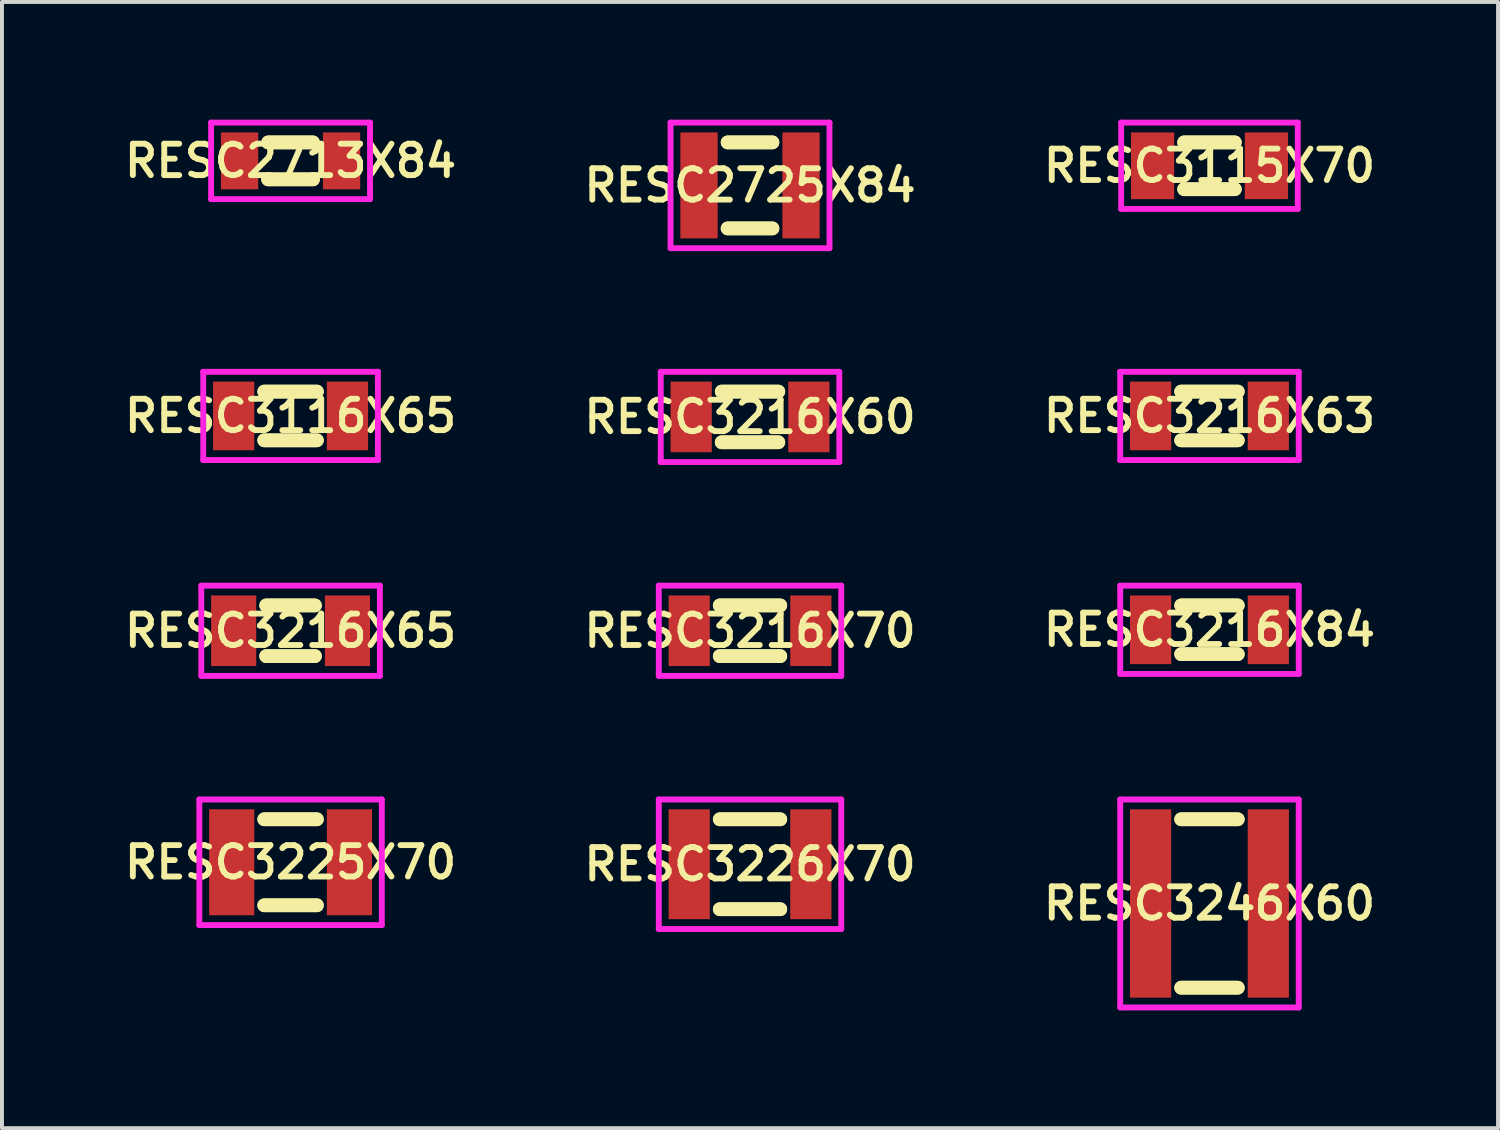
<source format=kicad_pcb>
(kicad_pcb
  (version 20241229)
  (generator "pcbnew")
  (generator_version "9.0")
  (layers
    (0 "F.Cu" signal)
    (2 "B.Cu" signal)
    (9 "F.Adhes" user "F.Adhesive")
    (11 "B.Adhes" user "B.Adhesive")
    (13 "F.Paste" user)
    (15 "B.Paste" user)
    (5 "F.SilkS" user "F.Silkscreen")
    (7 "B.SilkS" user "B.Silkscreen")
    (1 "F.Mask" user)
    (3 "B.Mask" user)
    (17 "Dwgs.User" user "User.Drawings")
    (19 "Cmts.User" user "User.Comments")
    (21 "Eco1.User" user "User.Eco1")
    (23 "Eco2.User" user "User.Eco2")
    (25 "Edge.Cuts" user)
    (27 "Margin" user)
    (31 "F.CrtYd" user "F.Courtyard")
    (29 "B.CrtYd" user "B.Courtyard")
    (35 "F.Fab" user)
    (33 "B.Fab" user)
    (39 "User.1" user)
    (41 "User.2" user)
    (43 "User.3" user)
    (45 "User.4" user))
  (footprint "RESC3216X84"
    (layer "F.Cu")
    (at 27.773 13)
    (property "Reference" "RESC3216X84" (at 0 0 0) (layer "F.SilkS") (effects (font (size 0.8 0.8) (thickness 0.15))))
    (attr through_hole)
    (fp_line (start -0.721 -0.621) (end 0.721 -0.621) (stroke (width 0.35) (type solid)) (layer "F.SilkS"))
    (fp_line (start -0.721 0.621) (end 0.721 0.621) (stroke (width 0.35) (type solid)) (layer "F.SilkS"))
    (fp_line (start 0.721 -0.621) (end -0.721 -0.621) (stroke (width 0.35) (type solid)) (layer "F.SilkS"))
    (fp_line (start 0.721 0.621) (end -0.721 0.621) (stroke (width 0.35) (type solid)) (layer "F.SilkS"))
    (fp_line (start -2.275 -1.125) (end 2.275 -1.125) (stroke (width 0.15) (type solid)) (layer "F.CrtYd"))
    (fp_line (start -2.275 1.125) (end -2.275 -1.125) (stroke (width 0.15) (type solid)) (layer "F.CrtYd"))
    (fp_line (start 2.275 -1.125) (end 2.275 1.125) (stroke (width 0.15) (type solid)) (layer "F.CrtYd"))
    (fp_line (start 2.275 1.125) (end -2.275 1.125) (stroke (width 0.15) (type solid)) (layer "F.CrtYd"))
    (pad "1" smd rect (at -1.5 0) (size 1.05 1.75) (layers "F.Cu" "F.Mask" "F.Paste"))
    (pad "2" smd rect (at 1.5 0) (size 1.05 1.75) (layers "F.Cu" "F.Mask" "F.Paste")))
  (footprint "RESC3216X63"
    (layer "F.Cu")
    (at 27.773 7.55)
    (property "Reference" "RESC3216X63" (at 0 0 0) (layer "F.SilkS") (effects (font (size 0.8 0.8) (thickness 0.15))))
    (attr smd)
    (fp_line (start -0.721 -0.621) (end 0.721 -0.621) (stroke (width 0.35) (type solid)) (layer "F.SilkS"))
    (fp_line (start -0.721 0.621) (end 0.721 0.621) (stroke (width 0.35) (type solid)) (layer "F.SilkS"))
    (fp_line (start 0.721 -0.621) (end -0.721 -0.621) (stroke (width 0.35) (type solid)) (layer "F.SilkS"))
    (fp_line (start 0.721 0.621) (end -0.721 0.621) (stroke (width 0.35) (type solid)) (layer "F.SilkS"))
    (fp_line (start -2.275 -1.125) (end 2.275 -1.125) (stroke (width 0.15) (type solid)) (layer "F.CrtYd"))
    (fp_line (start -2.275 1.125) (end -2.275 -1.125) (stroke (width 0.15) (type solid)) (layer "F.CrtYd"))
    (fp_line (start 2.275 -1.125) (end 2.275 1.125) (stroke (width 0.15) (type solid)) (layer "F.CrtYd"))
    (fp_line (start 2.275 1.125) (end -2.275 1.125) (stroke (width 0.15) (type solid)) (layer "F.CrtYd"))
    (pad "1" smd rect (at -1.5 0) (size 1.05 1.75) (layers "F.Cu" "F.Mask" "F.Paste"))
    (pad "2" smd rect (at 1.5 0) (size 1.05 1.75) (layers "F.Cu" "F.Mask" "F.Paste")))
  (footprint "RESC3216X70"
    (layer "F.Cu")
    (at 16.064 13.025)
    (property "Reference" "RESC3216X70" (at 0 0 0) (layer "F.SilkS") (effects (font (size 0.8 0.8) (thickness 0.15))))
    (attr through_hole)
    (fp_line (start -0.771 -0.646) (end 0.771 -0.646) (stroke (width 0.35) (type solid)) (layer "F.SilkS"))
    (fp_line (start -0.771 0.646) (end 0.771 0.646) (stroke (width 0.35) (type solid)) (layer "F.SilkS"))
    (fp_line (start 0.771 -0.646) (end -0.771 -0.646) (stroke (width 0.35) (type solid)) (layer "F.SilkS"))
    (fp_line (start 0.771 0.646) (end -0.771 0.646) (stroke (width 0.35) (type solid)) (layer "F.SilkS"))
    (fp_line (start -2.325 -1.15) (end 2.325 -1.15) (stroke (width 0.15) (type solid)) (layer "F.CrtYd"))
    (fp_line (start -2.325 1.15) (end -2.325 -1.15) (stroke (width 0.15) (type solid)) (layer "F.CrtYd"))
    (fp_line (start 2.325 -1.15) (end 2.325 1.15) (stroke (width 0.15) (type solid)) (layer "F.CrtYd"))
    (fp_line (start 2.325 1.15) (end -2.325 1.15) (stroke (width 0.15) (type solid)) (layer "F.CrtYd"))
    (pad "1" smd rect (at -1.55 0) (size 1.05 1.8) (layers "F.Cu" "F.Mask" "F.Paste"))
    (pad "2" smd rect (at 1.55 0) (size 1.05 1.8) (layers "F.Cu" "F.Mask" "F.Paste")))
  (footprint "RESC3225X70"
    (layer "F.Cu")
    (at 4.355 18.925)
    (property "Reference" "RESC3225X70" (at 0 0 0) (layer "F.SilkS") (effects (font (size 0.8 0.8) (thickness 0.15))))
    (attr smd)
    (fp_line (start -0.671 -1.096) (end 0.671 -1.096) (stroke (width 0.35) (type solid)) (layer "F.SilkS"))
    (fp_line (start -0.671 1.096) (end 0.671 1.096) (stroke (width 0.35) (type solid)) (layer "F.SilkS"))
    (fp_line (start 0.671 -1.096) (end -0.671 -1.096) (stroke (width 0.35) (type solid)) (layer "F.SilkS"))
    (fp_line (start 0.671 1.096) (end -0.671 1.096) (stroke (width 0.35) (type solid)) (layer "F.SilkS"))
    (fp_line (start -2.325 -1.6) (end 2.325 -1.6) (stroke (width 0.15) (type solid)) (layer "F.CrtYd"))
    (fp_line (start -2.325 1.6) (end -2.325 -1.6) (stroke (width 0.15) (type solid)) (layer "F.CrtYd"))
    (fp_line (start 2.325 -1.6) (end 2.325 1.6) (stroke (width 0.15) (type solid)) (layer "F.CrtYd"))
    (fp_line (start 2.325 1.6) (end -2.325 1.6) (stroke (width 0.15) (type solid)) (layer "F.CrtYd"))
    (pad "1" smd rect (at -1.5 0) (size 1.15 2.7) (layers "F.Cu" "F.Mask" "F.Paste"))
    (pad "2" smd rect (at 1.5 0) (size 1.15 2.7) (layers "F.Cu" "F.Mask" "F.Paste")))
  (footprint "RESC3115X70"
    (layer "F.Cu")
    (at 27.773 1.175)
    (property "Reference" "RESC3115X70" (at 0 0 0) (layer "F.SilkS") (effects (font (size 0.8 0.8) (thickness 0.15))))
    (attr through_hole)
    (fp_line (start -0.646 -0.596) (end 0.646 -0.596) (stroke (width 0.35) (type solid)) (layer "F.SilkS"))
    (fp_line (start -0.646 0.596) (end 0.646 0.596) (stroke (width 0.35) (type solid)) (layer "F.SilkS"))
    (fp_line (start 0.646 -0.596) (end -0.646 -0.596) (stroke (width 0.35) (type solid)) (layer "F.SilkS"))
    (fp_line (start 0.646 0.596) (end -0.646 0.596) (stroke (width 0.35) (type solid)) (layer "F.SilkS"))
    (fp_line (start -2.25 -1.1) (end 2.25 -1.1) (stroke (width 0.15) (type solid)) (layer "F.CrtYd"))
    (fp_line (start -2.25 1.1) (end -2.25 -1.1) (stroke (width 0.15) (type solid)) (layer "F.CrtYd"))
    (fp_line (start 2.25 -1.1) (end 2.25 1.1) (stroke (width 0.15) (type solid)) (layer "F.CrtYd"))
    (fp_line (start 2.25 1.1) (end -2.25 1.1) (stroke (width 0.15) (type solid)) (layer "F.CrtYd"))
    (pad "1" smd rect (at -1.45 0) (size 1.1 1.7) (layers "F.Cu" "F.Mask" "F.Paste"))
    (pad "2" smd rect (at 1.45 0) (size 1.1 1.7) (layers "F.Cu" "F.Mask" "F.Paste")))
  (footprint "RESC2725X84"
    (layer "F.Cu")
    (at 16.064 1.675)
    (property "Reference" "RESC2725X84" (at 0 0 0) (layer "F.SilkS") (effects (font (size 0.8 0.8) (thickness 0.15))))
    (attr smd)
    (fp_line (start -0.571 -1.096) (end 0.571 -1.096) (stroke (width 0.35) (type solid)) (layer "F.SilkS"))
    (fp_line (start -0.571 1.096) (end 0.571 1.096) (stroke (width 0.35) (type solid)) (layer "F.SilkS"))
    (fp_line (start 0.571 -1.096) (end -0.571 -1.096) (stroke (width 0.35) (type solid)) (layer "F.SilkS"))
    (fp_line (start 0.571 1.096) (end -0.571 1.096) (stroke (width 0.35) (type solid)) (layer "F.SilkS"))
    (fp_line (start -2.025 -1.6) (end 2.025 -1.6) (stroke (width 0.15) (type solid)) (layer "F.CrtYd"))
    (fp_line (start -2.025 1.6) (end -2.025 -1.6) (stroke (width 0.15) (type solid)) (layer "F.CrtYd"))
    (fp_line (start 2.025 -1.6) (end 2.025 1.6) (stroke (width 0.15) (type solid)) (layer "F.CrtYd"))
    (fp_line (start 2.025 1.6) (end -2.025 1.6) (stroke (width 0.15) (type solid)) (layer "F.CrtYd"))
    (pad "1" smd rect (at -1.3 0) (size 0.95 2.7) (layers "F.Cu" "F.Mask" "F.Paste"))
    (pad "2" smd rect (at 1.3 0) (size 0.95 2.7) (layers "F.Cu" "F.Mask" "F.Paste")))
  (footprint "RESC2713X84"
    (layer "F.Cu")
    (at 4.355 1.05)
    (property "Reference" "RESC2713X84" (at 0 0 0) (layer "F.SilkS") (effects (font (size 0.8 0.8) (thickness 0.15))))
    (attr smd)
    (fp_line (start -0.571 -0.471) (end 0.571 -0.471) (stroke (width 0.35) (type solid)) (layer "F.SilkS"))
    (fp_line (start -0.571 0.471) (end 0.571 0.471) (stroke (width 0.35) (type solid)) (layer "F.SilkS"))
    (fp_line (start 0.571 -0.471) (end -0.571 -0.471) (stroke (width 0.35) (type solid)) (layer "F.SilkS"))
    (fp_line (start 0.571 0.471) (end -0.571 0.471) (stroke (width 0.35) (type solid)) (layer "F.SilkS"))
    (fp_line (start -2.025 -0.975) (end 2.025 -0.975) (stroke (width 0.15) (type solid)) (layer "F.CrtYd"))
    (fp_line (start -2.025 0.975) (end -2.025 -0.975) (stroke (width 0.15) (type solid)) (layer "F.CrtYd"))
    (fp_line (start 2.025 -0.975) (end 2.025 0.975) (stroke (width 0.15) (type solid)) (layer "F.CrtYd"))
    (fp_line (start 2.025 0.975) (end -2.025 0.975) (stroke (width 0.15) (type solid)) (layer "F.CrtYd"))
    (pad "1" smd rect (at -1.3 0) (size 0.95 1.45) (layers "F.Cu" "F.Mask" "F.Paste"))
    (pad "2" smd rect (at 1.3 0) (size 0.95 1.45) (layers "F.Cu" "F.Mask" "F.Paste")))
  (footprint "RESC3246X60"
    (layer "F.Cu")
    (at 27.773 19.975)
    (property "Reference" "RESC3246X60" (at 0 0 0) (layer "F.SilkS") (effects (font (size 0.8 0.8) (thickness 0.15))))
    (attr through_hole)
    (fp_line (start -0.721 -2.146) (end 0.721 -2.146) (stroke (width 0.35) (type solid)) (layer "F.SilkS"))
    (fp_line (start -0.721 2.146) (end 0.721 2.146) (stroke (width 0.35) (type solid)) (layer "F.SilkS"))
    (fp_line (start 0.721 -2.146) (end -0.721 -2.146) (stroke (width 0.35) (type solid)) (layer "F.SilkS"))
    (fp_line (start 0.721 2.146) (end -0.721 2.146) (stroke (width 0.35) (type solid)) (layer "F.SilkS"))
    (fp_line (start -2.275 -2.65) (end 2.275 -2.65) (stroke (width 0.15) (type solid)) (layer "F.CrtYd"))
    (fp_line (start -2.275 2.65) (end -2.275 -2.65) (stroke (width 0.15) (type solid)) (layer "F.CrtYd"))
    (fp_line (start 2.275 -2.65) (end 2.275 2.65) (stroke (width 0.15) (type solid)) (layer "F.CrtYd"))
    (fp_line (start 2.275 2.65) (end -2.275 2.65) (stroke (width 0.15) (type solid)) (layer "F.CrtYd"))
    (pad "1" smd rect (at -1.5 0) (size 1.05 4.8) (layers "F.Cu" "F.Mask" "F.Paste"))
    (pad "2" smd rect (at 1.5 0) (size 1.05 4.8) (layers "F.Cu" "F.Mask" "F.Paste")))
  (footprint "RESC3216X65"
    (layer "F.Cu")
    (at 4.355 13.025)
    (property "Reference" "RESC3216X65" (at 0 0 0) (layer "F.SilkS") (effects (font (size 0.8 0.8) (thickness 0.15))))
    (attr through_hole)
    (fp_line (start -0.621 -0.646) (end 0.621 -0.646) (stroke (width 0.35) (type solid)) (layer "F.SilkS"))
    (fp_line (start -0.621 0.646) (end 0.621 0.646) (stroke (width 0.35) (type solid)) (layer "F.SilkS"))
    (fp_line (start 0.621 -0.646) (end -0.621 -0.646) (stroke (width 0.35) (type solid)) (layer "F.SilkS"))
    (fp_line (start 0.621 0.646) (end -0.621 0.646) (stroke (width 0.35) (type solid)) (layer "F.SilkS"))
    (fp_line (start -2.275 -1.15) (end 2.275 -1.15) (stroke (width 0.15) (type solid)) (layer "F.CrtYd"))
    (fp_line (start -2.275 1.15) (end -2.275 -1.15) (stroke (width 0.15) (type solid)) (layer "F.CrtYd"))
    (fp_line (start 2.275 -1.15) (end 2.275 1.15) (stroke (width 0.15) (type solid)) (layer "F.CrtYd"))
    (fp_line (start 2.275 1.15) (end -2.275 1.15) (stroke (width 0.15) (type solid)) (layer "F.CrtYd"))
    (pad "1" smd rect (at -1.45 0) (size 1.15 1.8) (layers "F.Cu" "F.Mask" "F.Paste"))
    (pad "2" smd rect (at 1.45 0) (size 1.15 1.8) (layers "F.Cu" "F.Mask" "F.Paste")))
  (footprint "RESC3116X65"
    (layer "F.Cu")
    (at 4.355 7.55)
    (property "Reference" "RESC3116X65" (at 0 0 0) (layer "F.SilkS") (effects (font (size 0.8 0.8) (thickness 0.15))))
    (attr through_hole)
    (fp_line (start -0.671 -0.621) (end 0.671 -0.621) (stroke (width 0.35) (type solid)) (layer "F.SilkS"))
    (fp_line (start -0.671 0.621) (end 0.671 0.621) (stroke (width 0.35) (type solid)) (layer "F.SilkS"))
    (fp_line (start 0.671 -0.621) (end -0.671 -0.621) (stroke (width 0.35) (type solid)) (layer "F.SilkS"))
    (fp_line (start 0.671 0.621) (end -0.671 0.621) (stroke (width 0.35) (type solid)) (layer "F.SilkS"))
    (fp_line (start -2.225 -1.125) (end 2.225 -1.125) (stroke (width 0.15) (type solid)) (layer "F.CrtYd"))
    (fp_line (start -2.225 1.125) (end -2.225 -1.125) (stroke (width 0.15) (type solid)) (layer "F.CrtYd"))
    (fp_line (start 2.225 -1.125) (end 2.225 1.125) (stroke (width 0.15) (type solid)) (layer "F.CrtYd"))
    (fp_line (start 2.225 1.125) (end -2.225 1.125) (stroke (width 0.15) (type solid)) (layer "F.CrtYd"))
    (pad "1" smd rect (at -1.45 0) (size 1.05 1.75) (layers "F.Cu" "F.Mask" "F.Paste"))
    (pad "2" smd rect (at 1.45 0) (size 1.05 1.75) (layers "F.Cu" "F.Mask" "F.Paste")))
  (footprint "RESC3226X70"
    (layer "F.Cu")
    (at 16.064 18.975)
    (property "Reference" "RESC3226X70" (at 0 0 0) (layer "F.SilkS") (effects (font (size 0.8 0.8) (thickness 0.15))))
    (attr through_hole)
    (fp_line (start -0.771 -1.146) (end 0.771 -1.146) (stroke (width 0.35) (type solid)) (layer "F.SilkS"))
    (fp_line (start -0.771 1.146) (end 0.771 1.146) (stroke (width 0.35) (type solid)) (layer "F.SilkS"))
    (fp_line (start 0.771 -1.146) (end -0.771 -1.146) (stroke (width 0.35) (type solid)) (layer "F.SilkS"))
    (fp_line (start 0.771 1.146) (end -0.771 1.146) (stroke (width 0.35) (type solid)) (layer "F.SilkS"))
    (fp_line (start -2.325 -1.65) (end 2.325 -1.65) (stroke (width 0.15) (type solid)) (layer "F.CrtYd"))
    (fp_line (start -2.325 1.65) (end -2.325 -1.65) (stroke (width 0.15) (type solid)) (layer "F.CrtYd"))
    (fp_line (start 2.325 -1.65) (end 2.325 1.65) (stroke (width 0.15) (type solid)) (layer "F.CrtYd"))
    (fp_line (start 2.325 1.65) (end -2.325 1.65) (stroke (width 0.15) (type solid)) (layer "F.CrtYd"))
    (pad "1" smd rect (at -1.55 0) (size 1.05 2.8) (layers "F.Cu" "F.Mask" "F.Paste"))
    (pad "2" smd rect (at 1.55 0) (size 1.05 2.8) (layers "F.Cu" "F.Mask" "F.Paste")))
  (footprint "RESC3216X60"
    (layer "F.Cu")
    (at 16.064 7.575)
    (property "Reference" "RESC3216X60" (at 0 0 0) (layer "F.SilkS") (effects (font (size 0.8 0.8) (thickness 0.15))))
    (attr smd)
    (fp_line (start -0.721 -0.646) (end 0.721 -0.646) (stroke (width 0.35) (type solid)) (layer "F.SilkS"))
    (fp_line (start -0.721 0.646) (end 0.721 0.646) (stroke (width 0.35) (type solid)) (layer "F.SilkS"))
    (fp_line (start 0.721 -0.646) (end -0.721 -0.646) (stroke (width 0.35) (type solid)) (layer "F.SilkS"))
    (fp_line (start 0.721 0.646) (end -0.721 0.646) (stroke (width 0.35) (type solid)) (layer "F.SilkS"))
    (fp_line (start -2.275 -1.15) (end 2.275 -1.15) (stroke (width 0.15) (type solid)) (layer "F.CrtYd"))
    (fp_line (start -2.275 1.15) (end -2.275 -1.15) (stroke (width 0.15) (type solid)) (layer "F.CrtYd"))
    (fp_line (start 2.275 -1.15) (end 2.275 1.15) (stroke (width 0.15) (type solid)) (layer "F.CrtYd"))
    (fp_line (start 2.275 1.15) (end -2.275 1.15) (stroke (width 0.15) (type solid)) (layer "F.CrtYd"))
    (pad "1" smd rect (at -1.5 0) (size 1.05 1.8) (layers "F.Cu" "F.Mask" "F.Paste"))
    (pad "2" smd rect (at 1.5 0) (size 1.05 1.8) (layers "F.Cu" "F.Mask" "F.Paste")))
  (gr_rect
    (start -3 -3)
    (end 35.127 25.7)
    (stroke (width 0.1) (type default))
    (fill no)
    (layer "Edge.Cuts")))
</source>
